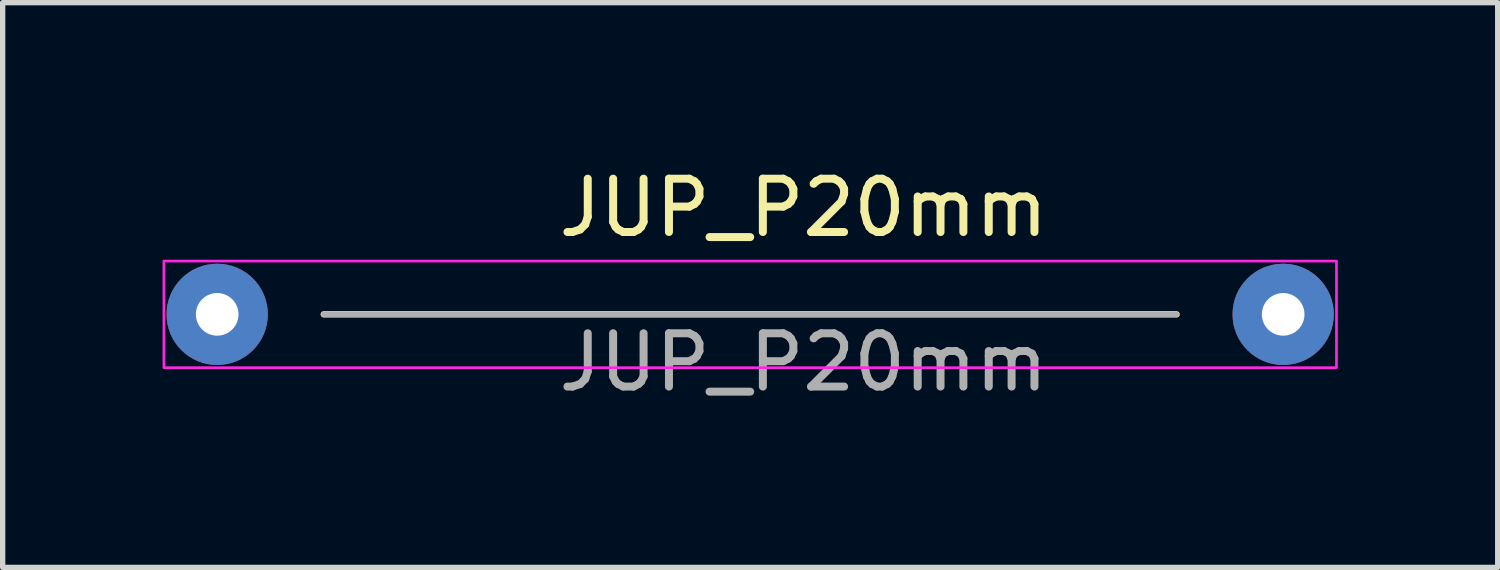
<source format=kicad_pcb>
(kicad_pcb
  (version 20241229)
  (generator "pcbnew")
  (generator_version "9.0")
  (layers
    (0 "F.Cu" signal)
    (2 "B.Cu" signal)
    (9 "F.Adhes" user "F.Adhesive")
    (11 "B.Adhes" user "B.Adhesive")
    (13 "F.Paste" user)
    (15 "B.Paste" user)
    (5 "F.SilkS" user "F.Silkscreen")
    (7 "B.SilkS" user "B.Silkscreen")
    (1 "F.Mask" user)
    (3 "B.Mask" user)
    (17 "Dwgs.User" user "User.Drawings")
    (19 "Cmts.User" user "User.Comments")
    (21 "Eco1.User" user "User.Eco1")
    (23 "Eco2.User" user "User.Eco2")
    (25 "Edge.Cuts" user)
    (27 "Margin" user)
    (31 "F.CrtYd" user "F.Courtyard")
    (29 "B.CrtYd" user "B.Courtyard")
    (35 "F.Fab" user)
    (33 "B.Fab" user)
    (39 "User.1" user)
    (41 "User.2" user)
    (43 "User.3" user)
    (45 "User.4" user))
  (footprint "JUP_P20mm"
    (layer "F.Cu")
    (at 11.025 2.848)
    (property "Reference" "JUP_P20mm" (at 1 -2 0) (unlocked yes) (layer "F.SilkS") (effects (font (size 1 1) (thickness 0.15))))
    (attr through_hole)
    (fp_line (start -8 0) (end 8 0) (stroke (width 0.12) (type solid)) (layer "F.SilkS"))
    (fp_rect (start -11 -1) (end 11 1) (stroke (width 0.05) (type solid)) (fill no) (layer "F.CrtYd"))
    (fp_line (start -8 0) (end 8 0) (stroke (width 0.1) (type solid)) (layer "F.Fab"))
    (fp_text user "${REFERENCE}" (at 1 0.9 0) (unlocked yes) (layer "F.Fab") (effects (font (size 1 1) (thickness 0.15))))
    (pad "1" thru_hole circle (at -10 0) (size 1.9 1.9) (drill 0.8) (layers "*.Cu" "*.Mask"))
    (pad "2" thru_hole circle (at 10 0) (size 1.9 1.9) (drill 0.8) (layers "*.Cu" "*.Mask")))
  (gr_rect
    (start -3 -3)
    (end 25.05 7.596)
    (stroke (width 0.1) (type default))
    (fill no)
    (layer "Edge.Cuts")))
</source>
